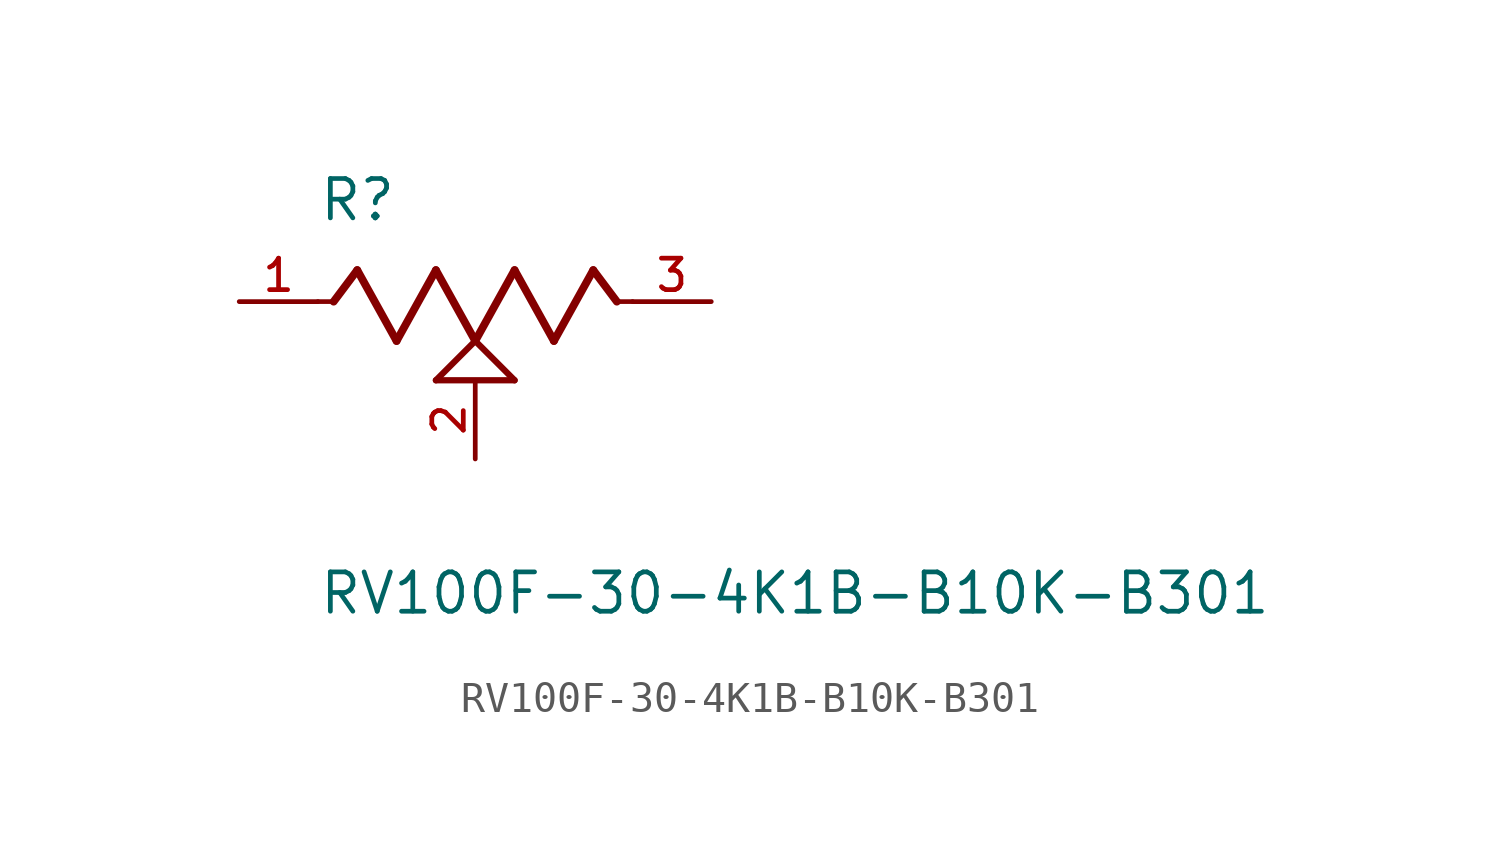
<source format=kicad_sym>
(kicad_symbol_lib
  (version 20211014)
  (generator kicad_symbol_editor)
  (symbol "RV100F-30-4K1B-B10K-B301"
    (pin_names
      (offset 1.016))
    (property "Reference" "R"
      (at -5.08 2.54 0)
      (effects (font (size 1.27 1.27)) (justify bottom left)))
    (property "Value" "RV100F-30-4K1B-B10K-B301"
      (at -5.08 -10.16 0)
      (effects (font (size 1.27 1.27)) (justify bottom left)))
    (symbol "RV100F-30-4K1B-B10K-B301_0_0"
      (polyline (pts (xy -5.08 0.0) (xy -4.572 0.0)) (stroke (width 0.152)))
      (polyline (pts (xy -4.572 0.0) (xy -3.81 1.016)) (stroke (width 0.254)))
      (polyline (pts (xy -3.81 1.016) (xy -2.54 -1.27)) (stroke (width 0.254)))
      (polyline (pts (xy -2.54 -1.27) (xy -1.27 1.016)) (stroke (width 0.254)))
      (polyline (pts (xy -1.27 1.016) (xy 0.0 -1.27)) (stroke (width 0.254)))
      (polyline (pts (xy 0.0 -1.27) (xy 1.27 1.016)) (stroke (width 0.254)))
      (polyline (pts (xy 1.27 1.016) (xy 2.54 -1.27)) (stroke (width 0.254)))
      (polyline (pts (xy 2.54 -1.27) (xy 3.81 1.016)) (stroke (width 0.254)))
      (polyline (pts (xy 3.81 1.016) (xy 4.572 0.0)) (stroke (width 0.254)))
      (polyline (pts (xy 4.572 0.0) (xy 5.08 0.0)) (stroke (width 0.152)))
      (polyline (pts (xy 0.0 -1.27) (xy 1.27 -2.54)) (stroke (width 0.203)))
      (polyline (pts (xy -1.27 -2.54) (xy 0.0 -1.27)) (stroke (width 0.203)))
      (polyline (pts (xy 1.27 -2.54) (xy -1.27 -2.54)) (stroke (width 0.203)))
      (pin passive line (at -7.62 0.0 0) (length 2.54) (name "~" (effects (font (size 1.016 1.016)))) (number "1" (effects (font (size 1.016 1.016)))))
      (pin passive line (at 7.62 0.0 180.0) (length 2.54) (name "~" (effects (font (size 1.016 1.016)))) (number "3" (effects (font (size 1.016 1.016)))))
      (pin passive line (at 0.0 -5.08 90.0) (length 2.54) (name "~" (effects (font (size 1.016 1.016)))) (number "2" (effects (font (size 1.016 1.016))))))))
</source>
